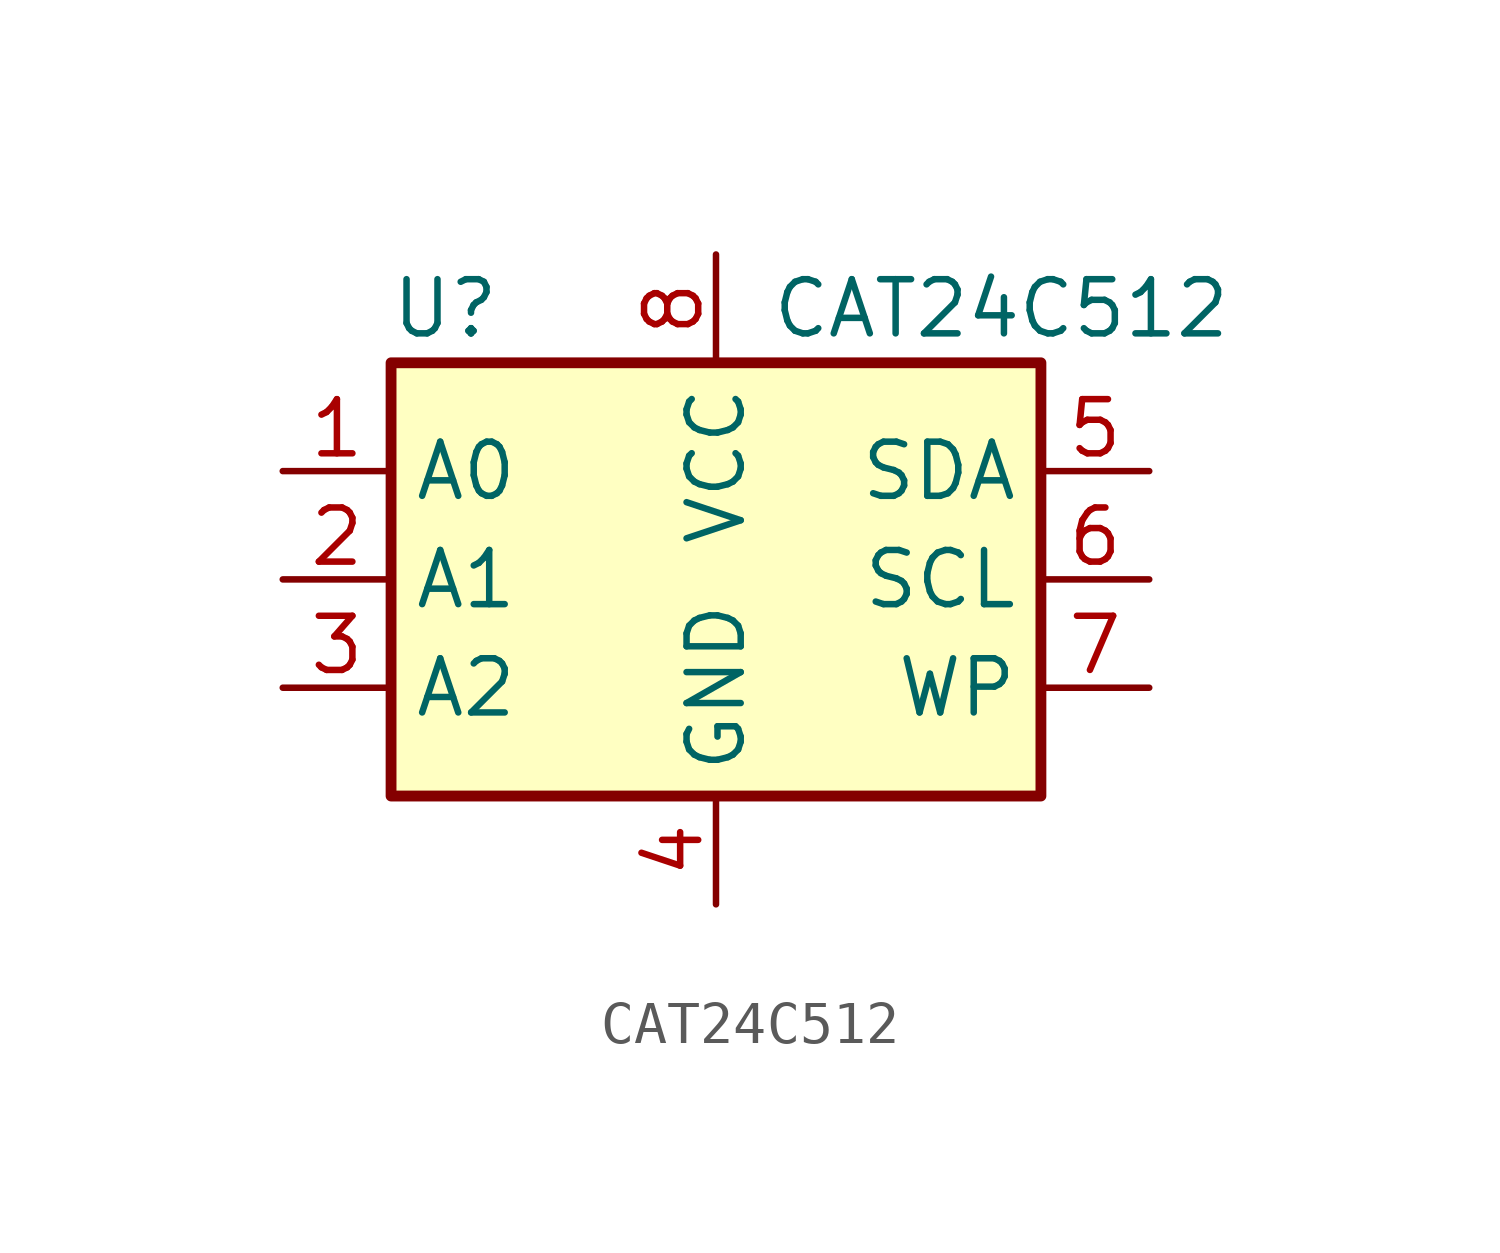
<source format=kicad_sym>
(kicad_symbol_lib
  (version 20211014)
  (generator kicad_symbol_editor)
  (symbol "CAT24C512"
    (property "Reference" "U"
      (at -6.35 6.35 0)
      (effects (font (size 1.27 1.27))))
    (property "Value" "CAT24C512"
      (at 1.27 6.35 0)
      (effects (font (size 1.27 1.27)) (justify left)))
    (symbol "CAT24C512_1_1"
      (rectangle (start -7.62 5.08) (end 7.62 -5.08) (stroke (width 0.254) (type default) (color 0 0 0 0)) (fill (type background)))
      (pin input line (at -10.16 2.54 0) (length 2.54) (name "A0" (effects (font (size 1.27 1.27)))) (number "1" (effects (font (size 1.27 1.27)))))
      (pin input line (at -10.16 0 0) (length 2.54) (name "A1" (effects (font (size 1.27 1.27)))) (number "2" (effects (font (size 1.27 1.27)))))
      (pin input line (at -10.16 -2.54 0) (length 2.54) (name "A2" (effects (font (size 1.27 1.27)))) (number "3" (effects (font (size 1.27 1.27)))))
      (pin power_in line (at 0 -7.62 90) (length 2.54) (name "GND" (effects (font (size 1.27 1.27)))) (number "4" (effects (font (size 1.27 1.27)))))
      (pin bidirectional line (at 10.16 2.54 180) (length 2.54) (name "SDA" (effects (font (size 1.27 1.27)))) (number "5" (effects (font (size 1.27 1.27)))))
      (pin input line (at 10.16 0 180) (length 2.54) (name "SCL" (effects (font (size 1.27 1.27)))) (number "6" (effects (font (size 1.27 1.27)))))
      (pin input line (at 10.16 -2.54 180) (length 2.54) (name "WP" (effects (font (size 1.27 1.27)))) (number "7" (effects (font (size 1.27 1.27)))))
      (pin power_in line (at 0 7.62 270) (length 2.54) (name "VCC" (effects (font (size 1.27 1.27)))) (number "8" (effects (font (size 1.27 1.27))))))))
</source>
